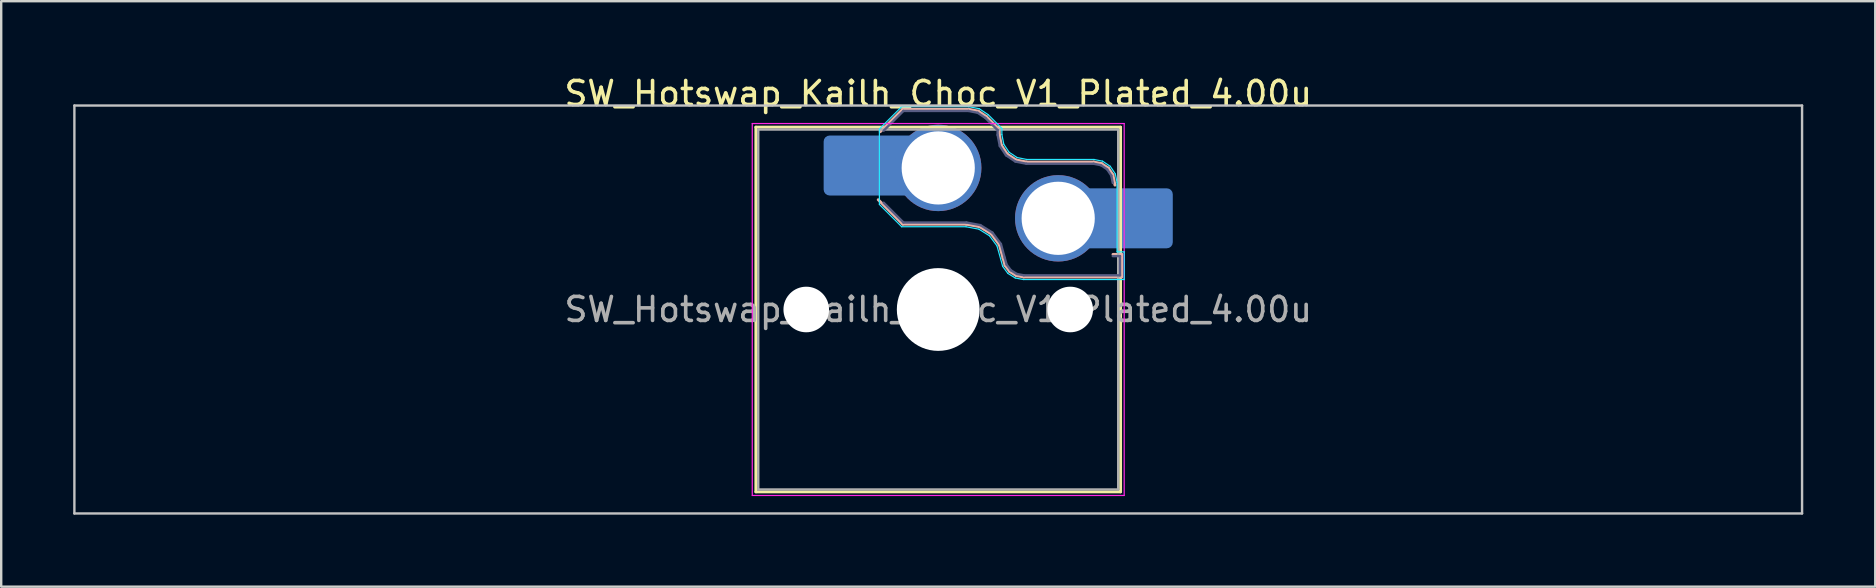
<source format=kicad_pcb>
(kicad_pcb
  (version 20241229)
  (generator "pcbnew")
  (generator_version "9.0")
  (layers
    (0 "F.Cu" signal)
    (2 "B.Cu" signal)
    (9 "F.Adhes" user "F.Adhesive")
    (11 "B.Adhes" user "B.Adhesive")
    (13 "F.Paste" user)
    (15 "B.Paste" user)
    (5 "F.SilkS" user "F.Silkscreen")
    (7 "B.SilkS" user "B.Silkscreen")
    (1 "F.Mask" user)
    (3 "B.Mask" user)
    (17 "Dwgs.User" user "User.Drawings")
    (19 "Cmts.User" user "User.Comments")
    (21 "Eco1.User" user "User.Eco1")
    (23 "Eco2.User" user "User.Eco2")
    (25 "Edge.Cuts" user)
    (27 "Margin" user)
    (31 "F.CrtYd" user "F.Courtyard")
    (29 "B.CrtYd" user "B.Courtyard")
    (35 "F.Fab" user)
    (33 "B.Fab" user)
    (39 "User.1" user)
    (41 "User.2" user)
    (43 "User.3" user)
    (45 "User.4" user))
  (footprint "SW_Hotswap_Kailh_Choc_V1_Plated_4.00u"
    (layer "F.Cu")
    (at 36.05 9.848)
    (property "Reference" "SW_Hotswap_Kailh_Choc_V1_Plated_4.00u" (at 0 -9 0) (layer "F.SilkS") (effects (font (size 1 1) (thickness 0.15))))
    (attr smd)
    (fp_line (start -7.6 -7.6) (end -7.6 7.6) (stroke (width 0.12) (type solid)) (layer "F.SilkS"))
    (fp_line (start -7.6 7.6) (end 7.6 7.6) (stroke (width 0.12) (type solid)) (layer "F.SilkS"))
    (fp_line (start 7.6 -7.6) (end -7.6 -7.6) (stroke (width 0.12) (type solid)) (layer "F.SilkS"))
    (fp_line (start 7.6 7.6) (end 7.6 -7.6) (stroke (width 0.12) (type solid)) (layer "F.SilkS"))
    (fp_line (start -2.416 -7.409) (end -1.479 -8.346) (stroke (width 0.12) (type solid)) (layer "B.SilkS"))
    (fp_line (start -1.479 -8.346) (end 1.268 -8.346) (stroke (width 0.12) (type solid)) (layer "B.SilkS"))
    (fp_line (start -1.479 -3.554) (end -2.5 -4.575) (stroke (width 0.12) (type solid)) (layer "B.SilkS"))
    (fp_line (start 1.168 -3.554) (end -1.479 -3.554) (stroke (width 0.12) (type solid)) (layer "B.SilkS"))
    (fp_line (start 1.268 -8.346) (end 1.671 -8.266) (stroke (width 0.12) (type solid)) (layer "B.SilkS"))
    (fp_line (start 1.671 -8.266) (end 2.013 -8.037) (stroke (width 0.12) (type solid)) (layer "B.SilkS"))
    (fp_line (start 1.73 -3.449) (end 1.168 -3.554) (stroke (width 0.12) (type solid)) (layer "B.SilkS"))
    (fp_line (start 2.013 -8.037) (end 2.546 -7.504) (stroke (width 0.12) (type solid)) (layer "B.SilkS"))
    (fp_line (start 2.209 -3.15) (end 1.73 -3.449) (stroke (width 0.12) (type solid)) (layer "B.SilkS"))
    (fp_line (start 2.546 -7.504) (end 2.546 -7.282) (stroke (width 0.12) (type solid)) (layer "B.SilkS"))
    (fp_line (start 2.546 -7.282) (end 2.633 -6.844) (stroke (width 0.12) (type solid)) (layer "B.SilkS"))
    (fp_line (start 2.547 -2.697) (end 2.209 -3.15) (stroke (width 0.12) (type solid)) (layer "B.SilkS"))
    (fp_line (start 2.633 -6.844) (end 2.877 -6.477) (stroke (width 0.12) (type solid)) (layer "B.SilkS"))
    (fp_line (start 2.701 -2.139) (end 2.547 -2.697) (stroke (width 0.12) (type solid)) (layer "B.SilkS"))
    (fp_line (start 2.783 -1.841) (end 2.701 -2.139) (stroke (width 0.12) (type solid)) (layer "B.SilkS"))
    (fp_line (start 2.877 -6.477) (end 3.244 -6.233) (stroke (width 0.12) (type solid)) (layer "B.SilkS"))
    (fp_line (start 2.976 -1.583) (end 2.783 -1.841) (stroke (width 0.12) (type solid)) (layer "B.SilkS"))
    (fp_line (start 3.244 -6.233) (end 3.682 -6.146) (stroke (width 0.12) (type solid)) (layer "B.SilkS"))
    (fp_line (start 3.25 -1.413) (end 2.976 -1.583) (stroke (width 0.12) (type solid)) (layer "B.SilkS"))
    (fp_line (start 3.56 -1.354) (end 3.25 -1.413) (stroke (width 0.12) (type solid)) (layer "B.SilkS"))
    (fp_line (start 3.682 -6.146) (end 6.482 -6.146) (stroke (width 0.12) (type solid)) (layer "B.SilkS"))
    (fp_line (start 6.482 -6.146) (end 6.809 -6.081) (stroke (width 0.12) (type solid)) (layer "B.SilkS"))
    (fp_line (start 6.809 -6.081) (end 7.092 -5.892) (stroke (width 0.12) (type solid)) (layer "B.SilkS"))
    (fp_line (start 7.092 -5.892) (end 7.281 -5.609) (stroke (width 0.12) (type solid)) (layer "B.SilkS"))
    (fp_line (start 7.281 -5.609) (end 7.366 -5.182) (stroke (width 0.12) (type solid)) (layer "B.SilkS"))
    (fp_line (start 7.283 -2.296) (end 7.646 -2.296) (stroke (width 0.12) (type solid)) (layer "B.SilkS"))
    (fp_line (start 7.646 -2.296) (end 7.646 -1.354) (stroke (width 0.12) (type solid)) (layer "B.SilkS"))
    (fp_line (start 7.646 -1.354) (end 3.56 -1.354) (stroke (width 0.12) (type solid)) (layer "B.SilkS"))
    (fp_line (start -36 -8.5) (end -36 8.5) (stroke (width 0.1) (type solid)) (layer "Dwgs.User"))
    (fp_line (start -36 8.5) (end 36 8.5) (stroke (width 0.1) (type solid)) (layer "Dwgs.User"))
    (fp_line (start 36 -8.5) (end -36 -8.5) (stroke (width 0.1) (type solid)) (layer "Dwgs.User"))
    (fp_line (start 36 8.5) (end 36 -8.5) (stroke (width 0.1) (type solid)) (layer "Dwgs.User"))
    (fp_line (start -7.25 -7.25) (end -7.25 7.25) (stroke (width 0.1) (type solid)) (layer "Eco1.User"))
    (fp_line (start -7.25 7.25) (end 7.25 7.25) (stroke (width 0.1) (type solid)) (layer "Eco1.User"))
    (fp_line (start 7.25 -7.25) (end -7.25 -7.25) (stroke (width 0.1) (type solid)) (layer "Eco1.User"))
    (fp_line (start 7.25 7.25) (end 7.25 -7.25) (stroke (width 0.1) (type solid)) (layer "Eco1.User"))
    (fp_line (start -2.452 -7.523) (end -1.523 -8.452) (stroke (width 0.05) (type solid)) (layer "B.CrtYd"))
    (fp_line (start -2.452 -4.377) (end -2.452 -7.523) (stroke (width 0.05) (type solid)) (layer "B.CrtYd"))
    (fp_line (start -1.523 -8.452) (end 1.278 -8.452) (stroke (width 0.05) (type solid)) (layer "B.CrtYd"))
    (fp_line (start -1.523 -3.448) (end -2.452 -4.377) (stroke (width 0.05) (type solid)) (layer "B.CrtYd"))
    (fp_line (start 1.159 -3.448) (end -1.523 -3.448) (stroke (width 0.05) (type solid)) (layer "B.CrtYd"))
    (fp_line (start 1.278 -8.452) (end 1.712 -8.366) (stroke (width 0.05) (type solid)) (layer "B.CrtYd"))
    (fp_line (start 1.691 -3.348) (end 1.159 -3.448) (stroke (width 0.05) (type solid)) (layer "B.CrtYd"))
    (fp_line (start 1.712 -8.366) (end 2.081 -8.119) (stroke (width 0.05) (type solid)) (layer "B.CrtYd"))
    (fp_line (start 2.081 -8.119) (end 2.652 -7.548) (stroke (width 0.05) (type solid)) (layer "B.CrtYd"))
    (fp_line (start 2.136 -3.071) (end 1.691 -3.348) (stroke (width 0.05) (type solid)) (layer "B.CrtYd"))
    (fp_line (start 2.45 -2.65) (end 2.136 -3.071) (stroke (width 0.05) (type solid)) (layer "B.CrtYd"))
    (fp_line (start 2.599 -2.111) (end 2.45 -2.65) (stroke (width 0.05) (type solid)) (layer "B.CrtYd"))
    (fp_line (start 2.652 -7.548) (end 2.652 -7.292) (stroke (width 0.05) (type solid)) (layer "B.CrtYd"))
    (fp_line (start 2.652 -7.292) (end 2.733 -6.885) (stroke (width 0.05) (type solid)) (layer "B.CrtYd"))
    (fp_line (start 2.687 -1.794) (end 2.599 -2.111) (stroke (width 0.05) (type solid)) (layer "B.CrtYd"))
    (fp_line (start 2.733 -6.885) (end 2.953 -6.553) (stroke (width 0.05) (type solid)) (layer "B.CrtYd"))
    (fp_line (start 2.903 -1.503) (end 2.687 -1.794) (stroke (width 0.05) (type solid)) (layer "B.CrtYd"))
    (fp_line (start 2.953 -6.553) (end 3.285 -6.333) (stroke (width 0.05) (type solid)) (layer "B.CrtYd"))
    (fp_line (start 3.211 -1.312) (end 2.903 -1.503) (stroke (width 0.05) (type solid)) (layer "B.CrtYd"))
    (fp_line (start 3.285 -6.333) (end 3.692 -6.252) (stroke (width 0.05) (type solid)) (layer "B.CrtYd"))
    (fp_line (start 3.55 -1.248) (end 3.211 -1.312) (stroke (width 0.05) (type solid)) (layer "B.CrtYd"))
    (fp_line (start 3.692 -6.252) (end 6.492 -6.252) (stroke (width 0.05) (type solid)) (layer "B.CrtYd"))
    (fp_line (start 6.492 -6.252) (end 6.85 -6.181) (stroke (width 0.05) (type solid)) (layer "B.CrtYd"))
    (fp_line (start 6.85 -6.181) (end 7.168 -5.968) (stroke (width 0.05) (type solid)) (layer "B.CrtYd"))
    (fp_line (start 7.168 -5.968) (end 7.381 -5.65) (stroke (width 0.05) (type solid)) (layer "B.CrtYd"))
    (fp_line (start 7.381 -5.65) (end 7.452 -5.292) (stroke (width 0.05) (type solid)) (layer "B.CrtYd"))
    (fp_line (start 7.452 -5.292) (end 7.452 -2.402) (stroke (width 0.05) (type solid)) (layer "B.CrtYd"))
    (fp_line (start 7.452 -2.402) (end 7.752 -2.402) (stroke (width 0.05) (type solid)) (layer "B.CrtYd"))
    (fp_line (start 7.752 -2.402) (end 7.752 -1.248) (stroke (width 0.05) (type solid)) (layer "B.CrtYd"))
    (fp_line (start 7.752 -1.248) (end 3.55 -1.248) (stroke (width 0.05) (type solid)) (layer "B.CrtYd"))
    (fp_line (start -7.75 -7.75) (end -7.75 7.75) (stroke (width 0.05) (type solid)) (layer "F.CrtYd"))
    (fp_line (start -7.75 7.75) (end 7.75 7.75) (stroke (width 0.05) (type solid)) (layer "F.CrtYd"))
    (fp_line (start 7.75 -7.75) (end -7.75 -7.75) (stroke (width 0.05) (type solid)) (layer "F.CrtYd"))
    (fp_line (start 7.75 7.75) (end 7.75 -7.75) (stroke (width 0.05) (type solid)) (layer "F.CrtYd"))
    (fp_line (start -2.275 -7.45) (end -1.45 -8.275) (stroke (width 0.1) (type solid)) (layer "B.Fab"))
    (fp_line (start -1.45 -8.275) (end 1.261 -8.275) (stroke (width 0.1) (type solid)) (layer "B.Fab"))
    (fp_line (start -1.45 -3.625) (end -2.275 -4.45) (stroke (width 0.1) (type solid)) (layer "B.Fab"))
    (fp_line (start 1.175 -3.625) (end -1.45 -3.625) (stroke (width 0.1) (type solid)) (layer "B.Fab"))
    (fp_line (start 1.261 -8.275) (end 1.643 -8.199) (stroke (width 0.1) (type solid)) (layer "B.Fab"))
    (fp_line (start 1.643 -8.199) (end 1.968 -7.982) (stroke (width 0.1) (type solid)) (layer "B.Fab"))
    (fp_line (start 1.756 -3.516) (end 1.175 -3.625) (stroke (width 0.1) (type solid)) (layer "B.Fab"))
    (fp_line (start 1.968 -7.982) (end 2.475 -7.475) (stroke (width 0.1) (type solid)) (layer "B.Fab"))
    (fp_line (start 2.258 -3.203) (end 1.756 -3.516) (stroke (width 0.1) (type solid)) (layer "B.Fab"))
    (fp_line (start 2.475 -7.475) (end 2.475 -7.275) (stroke (width 0.1) (type solid)) (layer "B.Fab"))
    (fp_line (start 2.475 -7.275) (end 2.566 -6.816) (stroke (width 0.1) (type solid)) (layer "B.Fab"))
    (fp_line (start 2.566 -6.816) (end 2.826 -6.426) (stroke (width 0.1) (type solid)) (layer "B.Fab"))
    (fp_line (start 2.612 -2.729) (end 2.258 -3.203) (stroke (width 0.1) (type solid)) (layer "B.Fab"))
    (fp_line (start 2.769 -2.158) (end 2.612 -2.729) (stroke (width 0.1) (type solid)) (layer "B.Fab"))
    (fp_line (start 2.826 -6.426) (end 3.216 -6.166) (stroke (width 0.1) (type solid)) (layer "B.Fab"))
    (fp_line (start 2.848 -1.873) (end 2.769 -2.158) (stroke (width 0.1) (type solid)) (layer "B.Fab"))
    (fp_line (start 3.025 -1.636) (end 2.848 -1.873) (stroke (width 0.1) (type solid)) (layer "B.Fab"))
    (fp_line (start 3.216 -6.166) (end 3.675 -6.075) (stroke (width 0.1) (type solid)) (layer "B.Fab"))
    (fp_line (start 3.276 -1.48) (end 3.025 -1.636) (stroke (width 0.1) (type solid)) (layer "B.Fab"))
    (fp_line (start 3.567 -1.425) (end 3.276 -1.48) (stroke (width 0.1) (type solid)) (layer "B.Fab"))
    (fp_line (start 3.675 -6.075) (end 6.475 -6.075) (stroke (width 0.1) (type solid)) (layer "B.Fab"))
    (fp_line (start 6.475 -6.075) (end 6.781 -6.014) (stroke (width 0.1) (type solid)) (layer "B.Fab"))
    (fp_line (start 6.781 -6.014) (end 7.041 -5.841) (stroke (width 0.1) (type solid)) (layer "B.Fab"))
    (fp_line (start 7.041 -5.841) (end 7.214 -5.581) (stroke (width 0.1) (type solid)) (layer "B.Fab"))
    (fp_line (start 7.214 -5.581) (end 7.275 -5.275) (stroke (width 0.1) (type solid)) (layer "B.Fab"))
    (fp_line (start 7.275 -2.225) (end 7.575 -2.225) (stroke (width 0.1) (type solid)) (layer "B.Fab"))
    (fp_line (start 7.575 -2.225) (end 7.575 -1.425) (stroke (width 0.1) (type solid)) (layer "B.Fab"))
    (fp_line (start 7.575 -1.425) (end 3.567 -1.425) (stroke (width 0.1) (type solid)) (layer "B.Fab"))
    (fp_line (start -7.5 -7.5) (end -7.5 7.5) (stroke (width 0.1) (type solid)) (layer "F.Fab"))
    (fp_line (start -7.5 7.5) (end 7.5 7.5) (stroke (width 0.1) (type solid)) (layer "F.Fab"))
    (fp_line (start 7.5 -7.5) (end -7.5 -7.5) (stroke (width 0.1) (type solid)) (layer "F.Fab"))
    (fp_line (start 7.5 7.5) (end 7.5 -7.5) (stroke (width 0.1) (type solid)) (layer "F.Fab"))
    (fp_text user "${REFERENCE}" (at 0 0 0) (layer "F.Fab") (effects (font (size 1 1) (thickness 0.15))))
    (pad "" np_thru_hole circle (at -5.5 0) (size 1.9 1.9) (drill 1.9) (layers "*.Cu" "*.Mask"))
    (pad "" smd roundrect (at -3.5 -6) (size 2.55 2.5) (layers "B.Mask" "B.Paste") (roundrect_rratio 0.1))
    (pad "" np_thru_hole circle (at 0 0) (size 3.45 3.45) (drill 3.45) (layers "*.Cu" "*.Mask"))
    (pad "" np_thru_hole circle (at 5.5 0) (size 1.9 1.9) (drill 1.9) (layers "*.Cu" "*.Mask"))
    (pad "" smd roundrect (at 8.5 -3.8) (size 2.55 2.5) (layers "B.Mask" "B.Paste") (roundrect_rratio 0.1))
    (pad "1" smd roundrect (at -2.85 -6) (size 3.85 2.5) (layers "B.Cu") (roundrect_rratio 0.1))
    (pad "1" thru_hole circle (at 0 -5.9) (size 3.6 3.6) (drill 3.05) (layers "*.Cu" "*.Mask"))
    (pad "2" thru_hole circle (at 5 -3.8) (size 3.6 3.6) (drill 3.05) (layers "*.Cu" "*.Mask"))
    (pad "2" smd roundrect (at 7.85 -3.8) (size 3.85 2.5) (layers "B.Cu") (roundrect_rratio 0.1)))
  (gr_rect
    (start -3 -3)
    (end 75.1 21.398)
    (stroke (width 0.1) (type default))
    (fill no)
    (layer "Edge.Cuts")))
</source>
